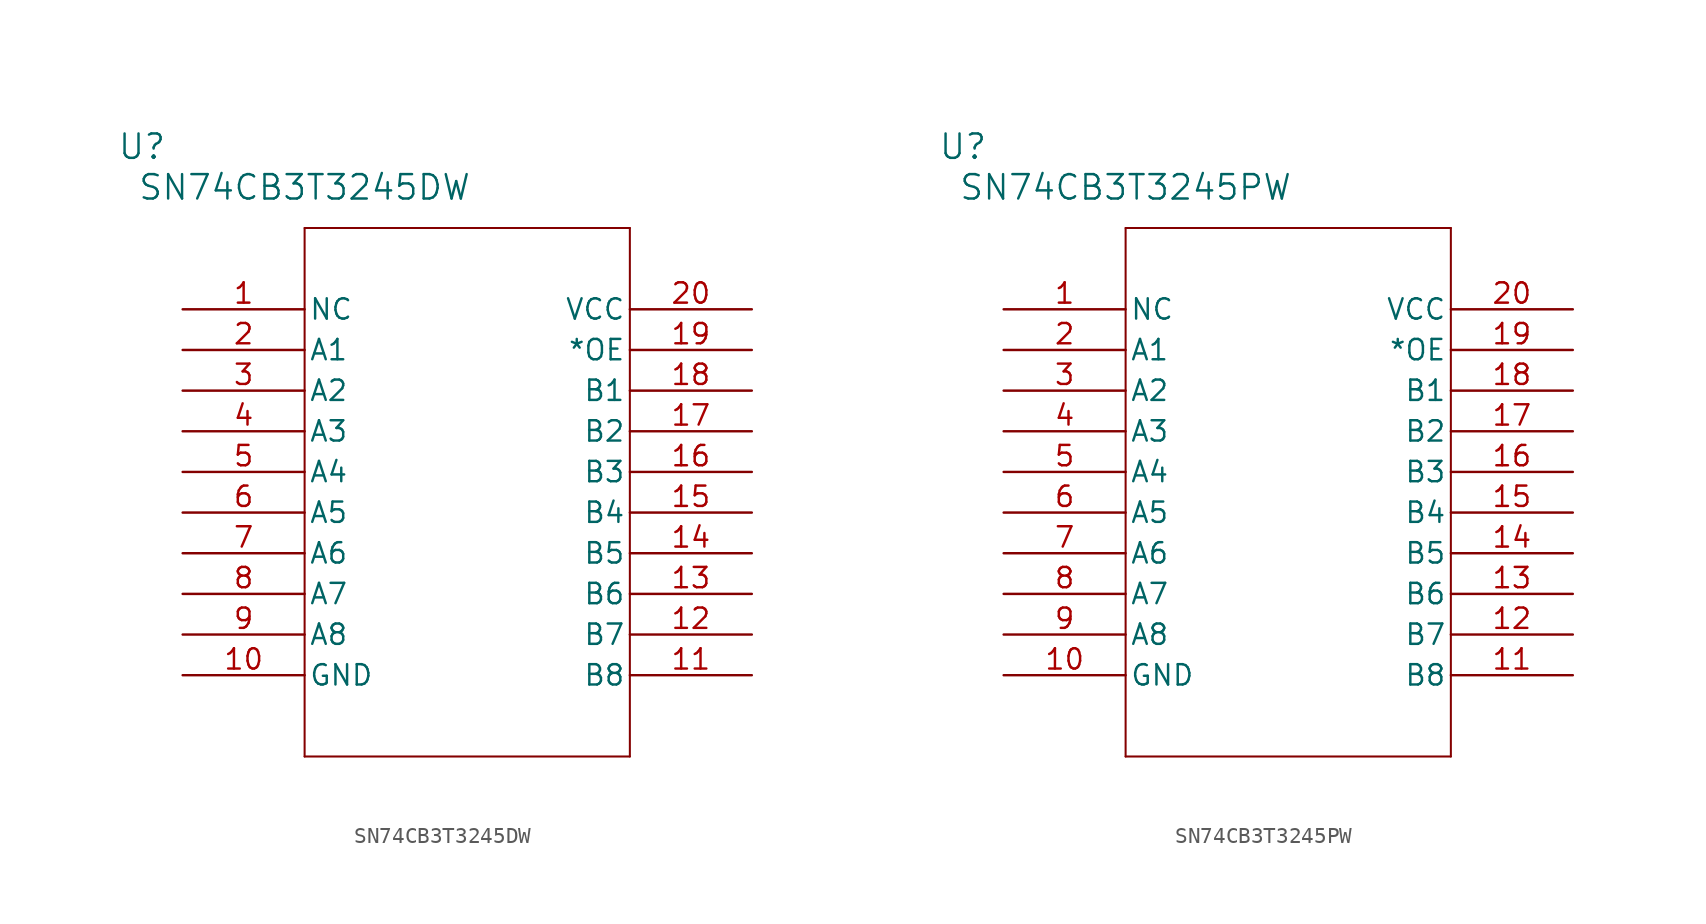
<source format=kicad_sym>
(kicad_symbol_lib
  (version 20220914)
  (generator kicad_symbol_editor)
  (symbol "SN74CB3T3245DW"
    (pin_names
      (offset 0.254))
    (property "Reference" "U"
      (at -2.54 10.16 0)
      (effects (font (size 1.524 1.524))))
    (property "Value" "SN74CB3T3245DW"
      (at 7.62 7.62 0)
      (effects (font (size 1.524 1.524))))
    (property "ki_locked" ""
      (at 0 0 0)
      (effects (font (size 1.27 1.27))))
    (symbol "SN74CB3T3245DW_0_1"
      (polyline (pts (xy 7.62 -27.94) (xy 27.94 -27.94)) (stroke (width 0.127) (type default)) (fill (type none)))
      (polyline (pts (xy 7.62 5.08) (xy 7.62 -27.94)) (stroke (width 0.127) (type default)) (fill (type none)))
      (polyline (pts (xy 27.94 -27.94) (xy 27.94 5.08)) (stroke (width 0.127) (type default)) (fill (type none)))
      (polyline (pts (xy 27.94 5.08) (xy 7.62 5.08)) (stroke (width 0.127) (type default)) (fill (type none)))
      (pin unspecified line (at 0 0 0) (length 7.62) (name "NC" (effects (font (size 1.27 1.27)))) (number "1" (effects (font (size 1.27 1.27)))))
      (pin power_in line (at 0 -22.86 0) (length 7.62) (name "GND" (effects (font (size 1.27 1.27)))) (number "10" (effects (font (size 1.27 1.27)))))
      (pin bidirectional line (at 35.56 -22.86 180) (length 7.62) (name "B8" (effects (font (size 1.27 1.27)))) (number "11" (effects (font (size 1.27 1.27)))))
      (pin bidirectional line (at 35.56 -20.32 180) (length 7.62) (name "B7" (effects (font (size 1.27 1.27)))) (number "12" (effects (font (size 1.27 1.27)))))
      (pin bidirectional line (at 35.56 -17.78 180) (length 7.62) (name "B6" (effects (font (size 1.27 1.27)))) (number "13" (effects (font (size 1.27 1.27)))))
      (pin bidirectional line (at 35.56 -15.24 180) (length 7.62) (name "B5" (effects (font (size 1.27 1.27)))) (number "14" (effects (font (size 1.27 1.27)))))
      (pin bidirectional line (at 35.56 -12.7 180) (length 7.62) (name "B4" (effects (font (size 1.27 1.27)))) (number "15" (effects (font (size 1.27 1.27)))))
      (pin bidirectional line (at 35.56 -10.16 180) (length 7.62) (name "B3" (effects (font (size 1.27 1.27)))) (number "16" (effects (font (size 1.27 1.27)))))
      (pin bidirectional line (at 35.56 -7.62 180) (length 7.62) (name "B2" (effects (font (size 1.27 1.27)))) (number "17" (effects (font (size 1.27 1.27)))))
      (pin bidirectional line (at 35.56 -5.08 180) (length 7.62) (name "B1" (effects (font (size 1.27 1.27)))) (number "18" (effects (font (size 1.27 1.27)))))
      (pin input line (at 35.56 -2.54 180) (length 7.62) (name "*OE" (effects (font (size 1.27 1.27)))) (number "19" (effects (font (size 1.27 1.27)))))
      (pin bidirectional line (at 0 -2.54 0) (length 7.62) (name "A1" (effects (font (size 1.27 1.27)))) (number "2" (effects (font (size 1.27 1.27)))))
      (pin power_in line (at 35.56 0 180) (length 7.62) (name "VCC" (effects (font (size 1.27 1.27)))) (number "20" (effects (font (size 1.27 1.27)))))
      (pin bidirectional line (at 0 -5.08 0) (length 7.62) (name "A2" (effects (font (size 1.27 1.27)))) (number "3" (effects (font (size 1.27 1.27)))))
      (pin bidirectional line (at 0 -7.62 0) (length 7.62) (name "A3" (effects (font (size 1.27 1.27)))) (number "4" (effects (font (size 1.27 1.27)))))
      (pin bidirectional line (at 0 -10.16 0) (length 7.62) (name "A4" (effects (font (size 1.27 1.27)))) (number "5" (effects (font (size 1.27 1.27)))))
      (pin bidirectional line (at 0 -12.7 0) (length 7.62) (name "A5" (effects (font (size 1.27 1.27)))) (number "6" (effects (font (size 1.27 1.27)))))
      (pin bidirectional line (at 0 -15.24 0) (length 7.62) (name "A6" (effects (font (size 1.27 1.27)))) (number "7" (effects (font (size 1.27 1.27)))))
      (pin bidirectional line (at 0 -17.78 0) (length 7.62) (name "A7" (effects (font (size 1.27 1.27)))) (number "8" (effects (font (size 1.27 1.27)))))
      (pin bidirectional line (at 0 -20.32 0) (length 7.62) (name "A8" (effects (font (size 1.27 1.27)))) (number "9" (effects (font (size 1.27 1.27)))))))
  (symbol "SN74CB3T3245PW"
    (pin_names
      (offset 0.254))
    (property "Reference" "U"
      (at -2.54 10.16 0)
      (effects (font (size 1.524 1.524))))
    (property "Value" "SN74CB3T3245PW"
      (at 7.62 7.62 0)
      (effects (font (size 1.524 1.524))))
    (symbol "SN74CB3T3245PW_0_1"
      (polyline (pts (xy 7.62 -27.94) (xy 27.94 -27.94)) (stroke (width 0.127) (type default)) (fill (type none)))
      (polyline (pts (xy 7.62 5.08) (xy 7.62 -27.94)) (stroke (width 0.127) (type default)) (fill (type none)))
      (polyline (pts (xy 27.94 -27.94) (xy 27.94 5.08)) (stroke (width 0.127) (type default)) (fill (type none)))
      (polyline (pts (xy 27.94 5.08) (xy 7.62 5.08)) (stroke (width 0.127) (type default)) (fill (type none)))
      (pin unspecified line (at 0 0 0) (length 7.62) (name "NC" (effects (font (size 1.27 1.27)))) (number "1" (effects (font (size 1.27 1.27)))))
      (pin power_in line (at 0 -22.86 0) (length 7.62) (name "GND" (effects (font (size 1.27 1.27)))) (number "10" (effects (font (size 1.27 1.27)))))
      (pin bidirectional line (at 35.56 -22.86 180) (length 7.62) (name "B8" (effects (font (size 1.27 1.27)))) (number "11" (effects (font (size 1.27 1.27)))))
      (pin bidirectional line (at 35.56 -20.32 180) (length 7.62) (name "B7" (effects (font (size 1.27 1.27)))) (number "12" (effects (font (size 1.27 1.27)))))
      (pin bidirectional line (at 35.56 -17.78 180) (length 7.62) (name "B6" (effects (font (size 1.27 1.27)))) (number "13" (effects (font (size 1.27 1.27)))))
      (pin bidirectional line (at 35.56 -15.24 180) (length 7.62) (name "B5" (effects (font (size 1.27 1.27)))) (number "14" (effects (font (size 1.27 1.27)))))
      (pin bidirectional line (at 35.56 -12.7 180) (length 7.62) (name "B4" (effects (font (size 1.27 1.27)))) (number "15" (effects (font (size 1.27 1.27)))))
      (pin bidirectional line (at 35.56 -10.16 180) (length 7.62) (name "B3" (effects (font (size 1.27 1.27)))) (number "16" (effects (font (size 1.27 1.27)))))
      (pin bidirectional line (at 35.56 -7.62 180) (length 7.62) (name "B2" (effects (font (size 1.27 1.27)))) (number "17" (effects (font (size 1.27 1.27)))))
      (pin bidirectional line (at 35.56 -5.08 180) (length 7.62) (name "B1" (effects (font (size 1.27 1.27)))) (number "18" (effects (font (size 1.27 1.27)))))
      (pin input line (at 35.56 -2.54 180) (length 7.62) (name "*OE" (effects (font (size 1.27 1.27)))) (number "19" (effects (font (size 1.27 1.27)))))
      (pin bidirectional line (at 0 -2.54 0) (length 7.62) (name "A1" (effects (font (size 1.27 1.27)))) (number "2" (effects (font (size 1.27 1.27)))))
      (pin power_in line (at 35.56 0 180) (length 7.62) (name "VCC" (effects (font (size 1.27 1.27)))) (number "20" (effects (font (size 1.27 1.27)))))
      (pin bidirectional line (at 0 -5.08 0) (length 7.62) (name "A2" (effects (font (size 1.27 1.27)))) (number "3" (effects (font (size 1.27 1.27)))))
      (pin bidirectional line (at 0 -7.62 0) (length 7.62) (name "A3" (effects (font (size 1.27 1.27)))) (number "4" (effects (font (size 1.27 1.27)))))
      (pin bidirectional line (at 0 -10.16 0) (length 7.62) (name "A4" (effects (font (size 1.27 1.27)))) (number "5" (effects (font (size 1.27 1.27)))))
      (pin bidirectional line (at 0 -12.7 0) (length 7.62) (name "A5" (effects (font (size 1.27 1.27)))) (number "6" (effects (font (size 1.27 1.27)))))
      (pin bidirectional line (at 0 -15.24 0) (length 7.62) (name "A6" (effects (font (size 1.27 1.27)))) (number "7" (effects (font (size 1.27 1.27)))))
      (pin bidirectional line (at 0 -17.78 0) (length 7.62) (name "A7" (effects (font (size 1.27 1.27)))) (number "8" (effects (font (size 1.27 1.27)))))
      (pin bidirectional line (at 0 -20.32 0) (length 7.62) (name "A8" (effects (font (size 1.27 1.27)))) (number "9" (effects (font (size 1.27 1.27))))))))
</source>
